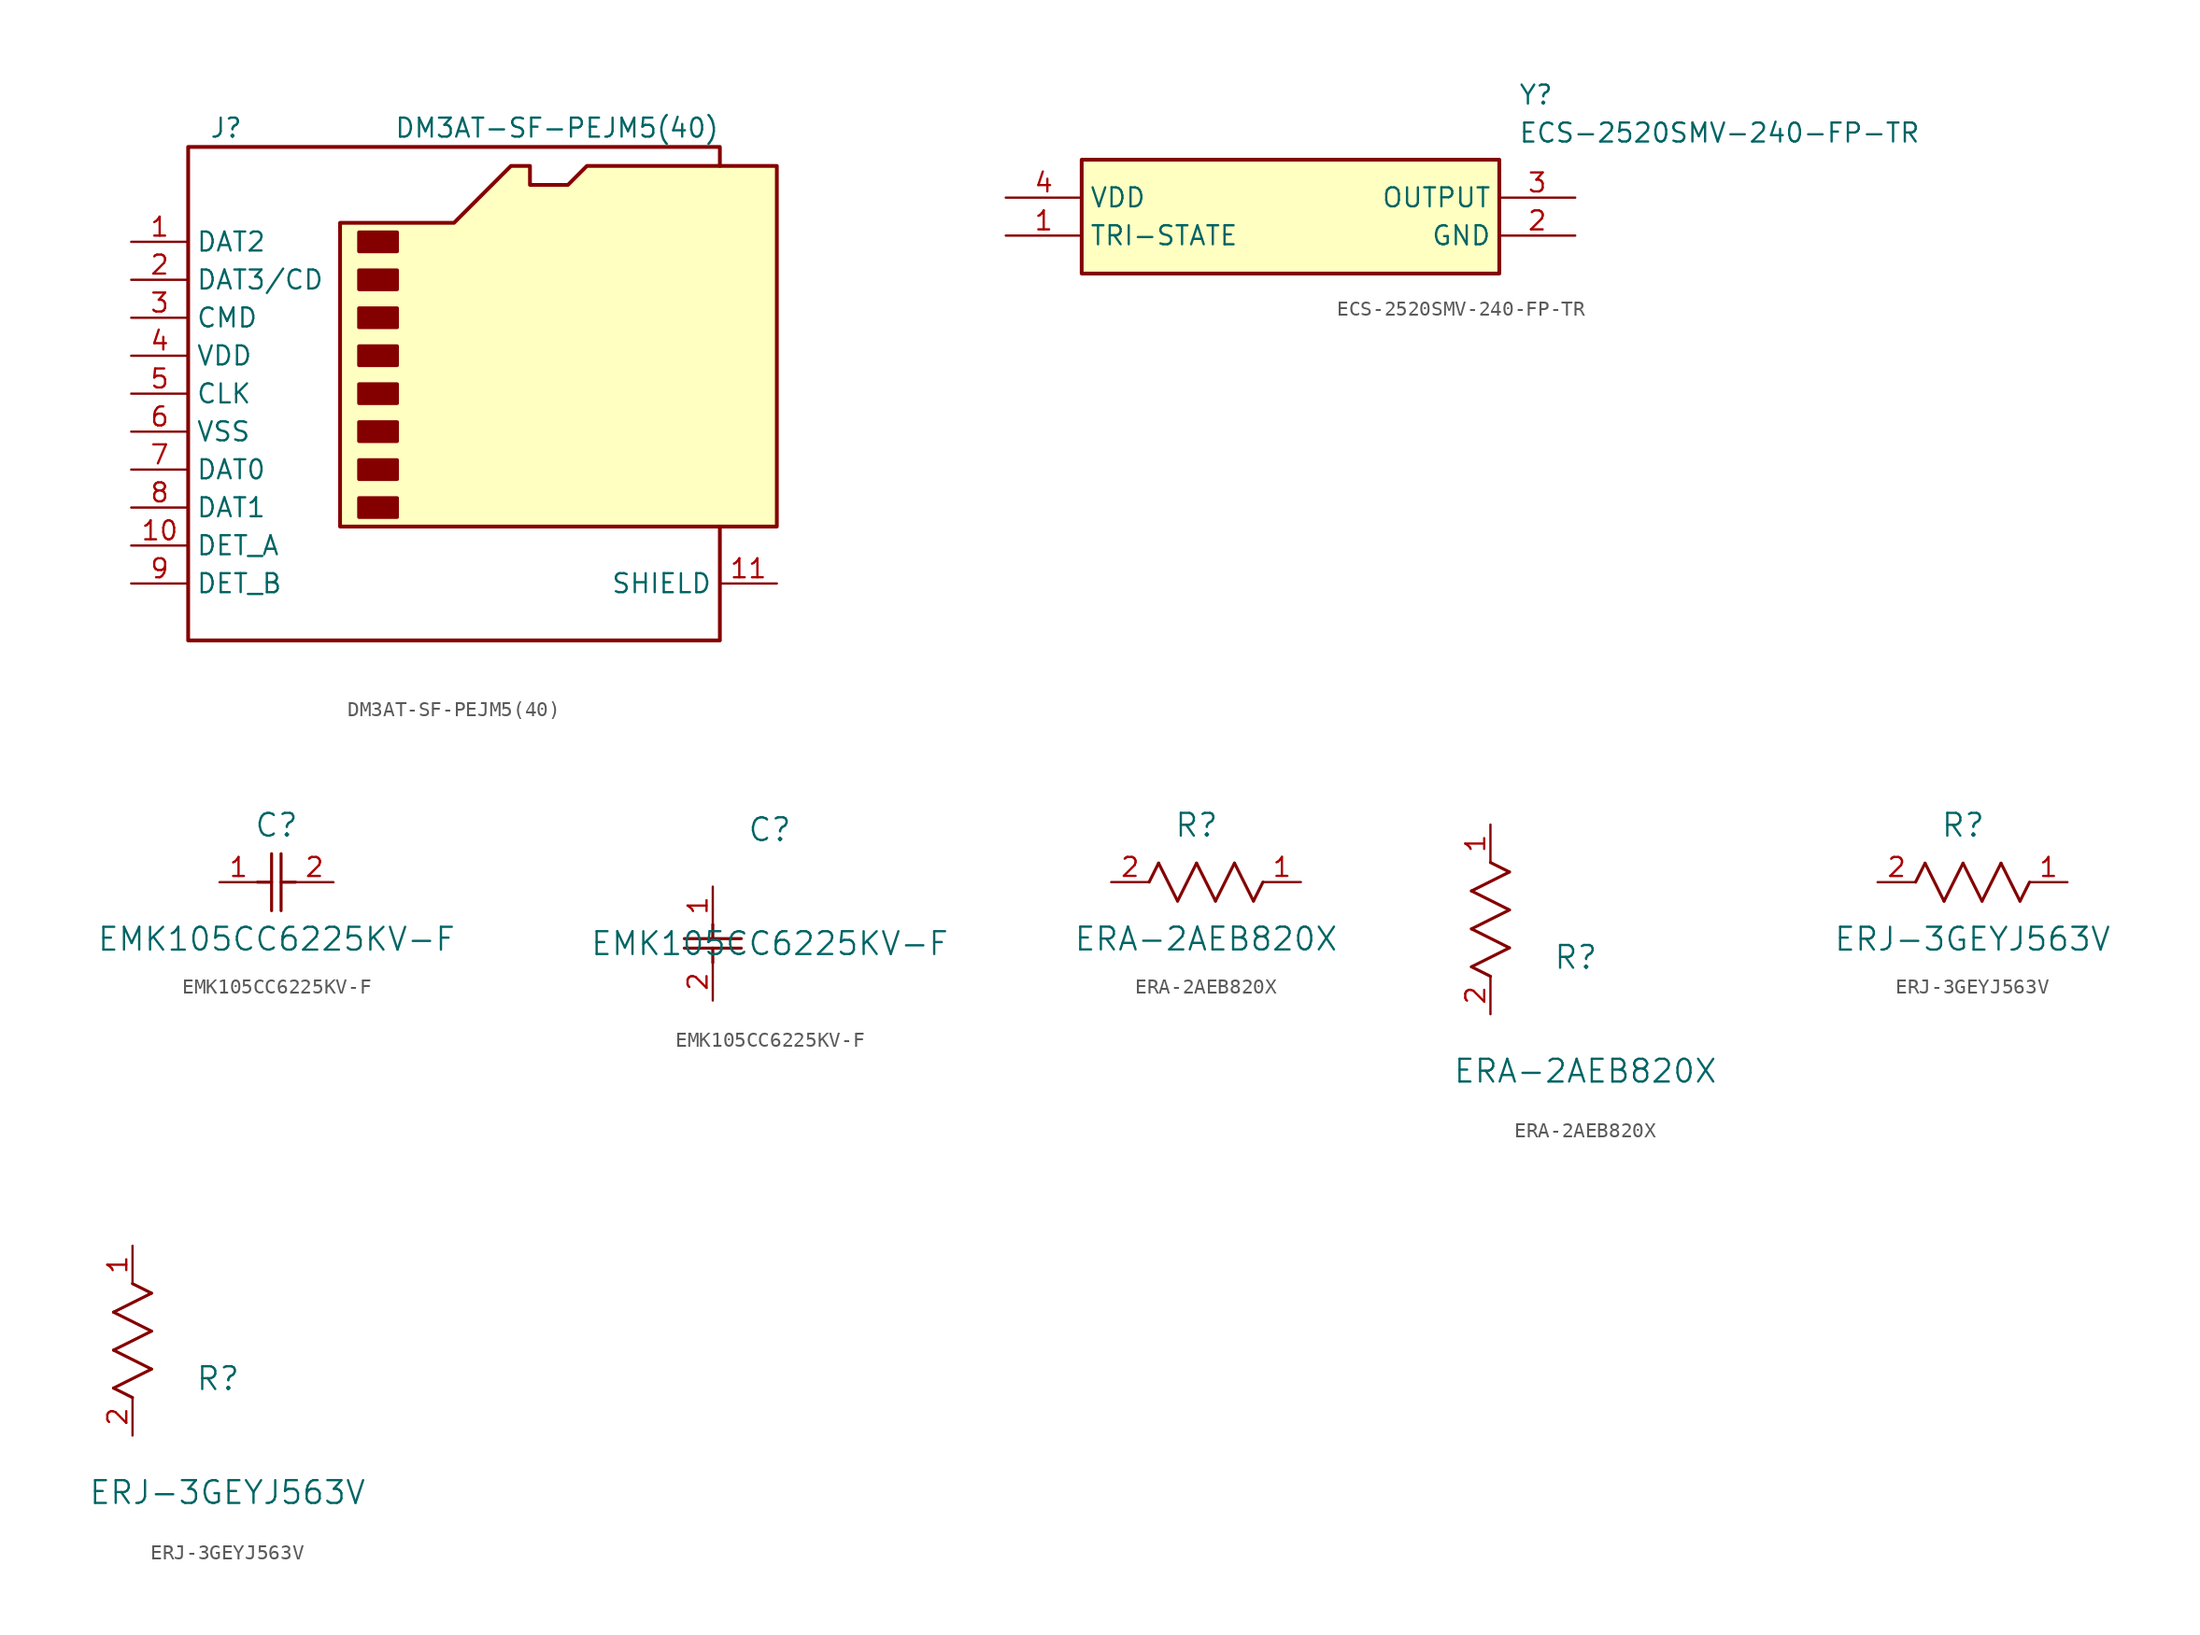
<source format=kicad_sym>
(kicad_symbol_lib
  (version 20231120)
  (generator "kicad_symbol_editor")
  (generator_version "8.0")
  (symbol "DM3AT-SF-PEJM5(40)"
    (property "Reference" "J"
      (at -16.51 17.78 0)
      (effects (font (size 1.27 1.27))))
    (property "Value" "DM3AT-SF-PEJM5(40)"
      (at 16.51 17.78 0)
      (effects (font (size 1.27 1.27)) (justify right)))
    (symbol "DM3AT-SF-PEJM5(40)_0_1"
      (rectangle (start -7.62 -6.985) (end -5.08 -8.255) (stroke (width 0.254) (type default)) (fill (type outline)))
      (rectangle (start -7.62 -4.445) (end -5.08 -5.715) (stroke (width 0.254) (type default)) (fill (type outline)))
      (rectangle (start -7.62 -1.905) (end -5.08 -3.175) (stroke (width 0.254) (type default)) (fill (type outline)))
      (rectangle (start -7.62 0.635) (end -5.08 -0.635) (stroke (width 0.254) (type default)) (fill (type outline)))
      (rectangle (start -7.62 3.175) (end -5.08 1.905) (stroke (width 0.254) (type default)) (fill (type outline)))
      (rectangle (start -7.62 5.715) (end -5.08 4.445) (stroke (width 0.254) (type default)) (fill (type outline)))
      (rectangle (start -7.62 8.255) (end -5.08 6.985) (stroke (width 0.254) (type default)) (fill (type outline)))
      (rectangle (start -7.62 10.795) (end -5.08 9.525) (stroke (width 0.254) (type default)) (fill (type outline)))
      (polyline (pts (xy 16.51 15.24) (xy 16.51 16.51) (xy -19.05 16.51) (xy -19.05 -16.51) (xy 16.51 -16.51) (xy 16.51 -8.89)) (stroke (width 0.254) (type default)) (fill (type none)))
      (polyline (pts (xy -8.89 -8.89) (xy -8.89 11.43) (xy -1.27 11.43) (xy 2.54 15.24) (xy 3.81 15.24) (xy 3.81 13.97) (xy 6.35 13.97) (xy 7.62 15.24) (xy 20.32 15.24) (xy 20.32 -8.89) (xy -8.89 -8.89)) (stroke (width 0.254) (type default)) (fill (type background))))
    (symbol "DM3AT-SF-PEJM5(40)_1_1"
      (pin bidirectional line (at -22.86 10.16 0) (length 3.81) (name "DAT2" (effects (font (size 1.27 1.27)))) (number "1" (effects (font (size 1.27 1.27)))))
      (pin passive line (at -22.86 -10.16 0) (length 3.81) (name "DET_A" (effects (font (size 1.27 1.27)))) (number "10" (effects (font (size 1.27 1.27)))))
      (pin passive line (at 20.32 -12.7 180) (length 3.81) (name "SHIELD" (effects (font (size 1.27 1.27)))) (number "11" (effects (font (size 1.27 1.27)))))
      (pin bidirectional line (at -22.86 7.62 0) (length 3.81) (name "DAT3/CD" (effects (font (size 1.27 1.27)))) (number "2" (effects (font (size 1.27 1.27)))))
      (pin input line (at -22.86 5.08 0) (length 3.81) (name "CMD" (effects (font (size 1.27 1.27)))) (number "3" (effects (font (size 1.27 1.27)))))
      (pin power_in line (at -22.86 2.54 0) (length 3.81) (name "VDD" (effects (font (size 1.27 1.27)))) (number "4" (effects (font (size 1.27 1.27)))))
      (pin input line (at -22.86 0 0) (length 3.81) (name "CLK" (effects (font (size 1.27 1.27)))) (number "5" (effects (font (size 1.27 1.27)))))
      (pin power_in line (at -22.86 -2.54 0) (length 3.81) (name "VSS" (effects (font (size 1.27 1.27)))) (number "6" (effects (font (size 1.27 1.27)))))
      (pin bidirectional line (at -22.86 -5.08 0) (length 3.81) (name "DAT0" (effects (font (size 1.27 1.27)))) (number "7" (effects (font (size 1.27 1.27)))))
      (pin bidirectional line (at -22.86 -7.62 0) (length 3.81) (name "DAT1" (effects (font (size 1.27 1.27)))) (number "8" (effects (font (size 1.27 1.27)))))
      (pin passive line (at -22.86 -12.7 0) (length 3.81) (name "DET_B" (effects (font (size 1.27 1.27)))) (number "9" (effects (font (size 1.27 1.27)))))))
  (symbol "ECS-2520SMV-240-FP-TR"
    (property "Reference" "Y"
      (at 34.29 7.62 0)
      (effects (font (size 1.27 1.27)) (justify left top)))
    (property "Value" "ECS-2520SMV-240-FP-TR"
      (at 34.29 5.08 0)
      (effects (font (size 1.27 1.27)) (justify left top)))
    (symbol "ECS-2520SMV-240-FP-TR_1_1"
      (rectangle (start 5.08 2.54) (end 33.02 -5.08) (stroke (width 0.254) (type default)) (fill (type background)))
      (pin passive line (at 0 -2.54 0) (length 5.08) (name "TRI-STATE" (effects (font (size 1.27 1.27)))) (number "1" (effects (font (size 1.27 1.27)))))
      (pin passive line (at 38.1 -2.54 180) (length 5.08) (name "GND" (effects (font (size 1.27 1.27)))) (number "2" (effects (font (size 1.27 1.27)))))
      (pin passive line (at 38.1 0 180) (length 5.08) (name "OUTPUT" (effects (font (size 1.27 1.27)))) (number "3" (effects (font (size 1.27 1.27)))))
      (pin passive line (at 0 0 0) (length 5.08) (name "VDD" (effects (font (size 1.27 1.27)))) (number "4" (effects (font (size 1.27 1.27)))))))
  (symbol "EMK105CC6225KV-F"
    (pin_names
      (offset 0.254))
    (property "Reference" "C"
      (at 3.81 3.81 0)
      (effects (font (size 1.524 1.524))))
    (property "Value" "EMK105CC6225KV-F"
      (at 3.81 -3.81 0)
      (effects (font (size 1.524 1.524))))
    (property "ki_locked" ""
      (at 0 0 0)
      (effects (font (size 1.27 1.27))))
    (symbol "EMK105CC6225KV-F_1_1"
      (polyline (pts (xy 2.54 0) (xy 3.48 0)) (stroke (width 0.203) (type default)) (fill (type none)))
      (polyline (pts (xy 3.48 -1.905) (xy 3.48 1.905)) (stroke (width 0.203) (type default)) (fill (type none)))
      (polyline (pts (xy 4.115 -1.905) (xy 4.115 1.905)) (stroke (width 0.203) (type default)) (fill (type none)))
      (polyline (pts (xy 4.115 0) (xy 5.08 0)) (stroke (width 0.203) (type default)) (fill (type none)))
      (pin unspecified line (at 0 0 0) (length 2.54) (name "" (effects (font (size 1.27 1.27)))) (number "1" (effects (font (size 1.27 1.27)))))
      (pin unspecified line (at 7.62 0 180) (length 2.54) (name "" (effects (font (size 1.27 1.27)))) (number "2" (effects (font (size 1.27 1.27))))))
    (symbol "EMK105CC6225KV-F_1_2"
      (polyline (pts (xy -1.905 -4.115) (xy 1.905 -4.115)) (stroke (width 0.203) (type default)) (fill (type none)))
      (polyline (pts (xy -1.905 -3.48) (xy 1.905 -3.48)) (stroke (width 0.203) (type default)) (fill (type none)))
      (polyline (pts (xy 0 -4.115) (xy 0 -5.08)) (stroke (width 0.203) (type default)) (fill (type none)))
      (polyline (pts (xy 0 -2.54) (xy 0 -3.48)) (stroke (width 0.203) (type default)) (fill (type none)))
      (pin unspecified line (at 0 0 270) (length 2.54) (name "" (effects (font (size 1.27 1.27)))) (number "1" (effects (font (size 1.27 1.27)))))
      (pin unspecified line (at 0 -7.62 90) (length 2.54) (name "" (effects (font (size 1.27 1.27)))) (number "2" (effects (font (size 1.27 1.27)))))))
  (symbol "ERA-2AEB820X"
    (pin_names
      (offset 0.254))
    (property "Reference" "R"
      (at 5.715 3.81 0)
      (effects (font (size 1.524 1.524))))
    (property "Value" "ERA-2AEB820X"
      (at 6.35 -3.81 0)
      (effects (font (size 1.524 1.524))))
    (property "ki_locked" ""
      (at 0 0 0)
      (effects (font (size 1.27 1.27))))
    (symbol "ERA-2AEB820X_1_1"
      (polyline (pts (xy 2.54 0) (xy 3.175 1.27)) (stroke (width 0.203) (type default)) (fill (type none)))
      (polyline (pts (xy 3.175 1.27) (xy 4.445 -1.27)) (stroke (width 0.203) (type default)) (fill (type none)))
      (polyline (pts (xy 4.445 -1.27) (xy 5.715 1.27)) (stroke (width 0.203) (type default)) (fill (type none)))
      (polyline (pts (xy 5.715 1.27) (xy 6.985 -1.27)) (stroke (width 0.203) (type default)) (fill (type none)))
      (polyline (pts (xy 6.985 -1.27) (xy 8.255 1.27)) (stroke (width 0.203) (type default)) (fill (type none)))
      (polyline (pts (xy 8.255 1.27) (xy 9.525 -1.27)) (stroke (width 0.203) (type default)) (fill (type none)))
      (polyline (pts (xy 9.525 -1.27) (xy 10.16 0)) (stroke (width 0.203) (type default)) (fill (type none)))
      (pin unspecified line (at 12.7 0 180) (length 2.54) (name "" (effects (font (size 1.27 1.27)))) (number "1" (effects (font (size 1.27 1.27)))))
      (pin unspecified line (at 0 0 0) (length 2.54) (name "" (effects (font (size 1.27 1.27)))) (number "2" (effects (font (size 1.27 1.27))))))
    (symbol "ERA-2AEB820X_1_2"
      (polyline (pts (xy -1.27 3.175) (xy 1.27 4.445)) (stroke (width 0.203) (type default)) (fill (type none)))
      (polyline (pts (xy -1.27 5.715) (xy 1.27 6.985)) (stroke (width 0.203) (type default)) (fill (type none)))
      (polyline (pts (xy -1.27 8.255) (xy 1.27 9.525)) (stroke (width 0.203) (type default)) (fill (type none)))
      (polyline (pts (xy 0 2.54) (xy -1.27 3.175)) (stroke (width 0.203) (type default)) (fill (type none)))
      (polyline (pts (xy 1.27 4.445) (xy -1.27 5.715)) (stroke (width 0.203) (type default)) (fill (type none)))
      (polyline (pts (xy 1.27 6.985) (xy -1.27 8.255)) (stroke (width 0.203) (type default)) (fill (type none)))
      (polyline (pts (xy 1.27 9.525) (xy 0 10.16)) (stroke (width 0.203) (type default)) (fill (type none)))
      (pin unspecified line (at 0 12.7 270) (length 2.54) (name "" (effects (font (size 1.27 1.27)))) (number "1" (effects (font (size 1.27 1.27)))))
      (pin unspecified line (at 0 0 90) (length 2.54) (name "" (effects (font (size 1.27 1.27)))) (number "2" (effects (font (size 1.27 1.27)))))))
  (symbol "ERJ-3GEYJ563V"
    (pin_names
      (offset 0.254))
    (property "Reference" "R"
      (at 5.715 3.81 0)
      (effects (font (size 1.524 1.524))))
    (property "Value" "ERJ-3GEYJ563V"
      (at 6.35 -3.81 0)
      (effects (font (size 1.524 1.524))))
    (property "ki_locked" ""
      (at 0 0 0)
      (effects (font (size 1.27 1.27))))
    (symbol "ERJ-3GEYJ563V_1_1"
      (polyline (pts (xy 2.54 0) (xy 3.175 1.27)) (stroke (width 0.203) (type default)) (fill (type none)))
      (polyline (pts (xy 3.175 1.27) (xy 4.445 -1.27)) (stroke (width 0.203) (type default)) (fill (type none)))
      (polyline (pts (xy 4.445 -1.27) (xy 5.715 1.27)) (stroke (width 0.203) (type default)) (fill (type none)))
      (polyline (pts (xy 5.715 1.27) (xy 6.985 -1.27)) (stroke (width 0.203) (type default)) (fill (type none)))
      (polyline (pts (xy 6.985 -1.27) (xy 8.255 1.27)) (stroke (width 0.203) (type default)) (fill (type none)))
      (polyline (pts (xy 8.255 1.27) (xy 9.525 -1.27)) (stroke (width 0.203) (type default)) (fill (type none)))
      (polyline (pts (xy 9.525 -1.27) (xy 10.16 0)) (stroke (width 0.203) (type default)) (fill (type none)))
      (pin unspecified line (at 12.7 0 180) (length 2.54) (name "" (effects (font (size 1.27 1.27)))) (number "1" (effects (font (size 1.27 1.27)))))
      (pin unspecified line (at 0 0 0) (length 2.54) (name "" (effects (font (size 1.27 1.27)))) (number "2" (effects (font (size 1.27 1.27))))))
    (symbol "ERJ-3GEYJ563V_1_2"
      (polyline (pts (xy -1.27 3.175) (xy 1.27 4.445)) (stroke (width 0.203) (type default)) (fill (type none)))
      (polyline (pts (xy -1.27 5.715) (xy 1.27 6.985)) (stroke (width 0.203) (type default)) (fill (type none)))
      (polyline (pts (xy -1.27 8.255) (xy 1.27 9.525)) (stroke (width 0.203) (type default)) (fill (type none)))
      (polyline (pts (xy 0 2.54) (xy -1.27 3.175)) (stroke (width 0.203) (type default)) (fill (type none)))
      (polyline (pts (xy 1.27 4.445) (xy -1.27 5.715)) (stroke (width 0.203) (type default)) (fill (type none)))
      (polyline (pts (xy 1.27 6.985) (xy -1.27 8.255)) (stroke (width 0.203) (type default)) (fill (type none)))
      (polyline (pts (xy 1.27 9.525) (xy 0 10.16)) (stroke (width 0.203) (type default)) (fill (type none)))
      (pin unspecified line (at 0 12.7 270) (length 2.54) (name "" (effects (font (size 1.27 1.27)))) (number "1" (effects (font (size 1.27 1.27)))))
      (pin unspecified line (at 0 0 90) (length 2.54) (name "" (effects (font (size 1.27 1.27)))) (number "2" (effects (font (size 1.27 1.27))))))))
</source>
